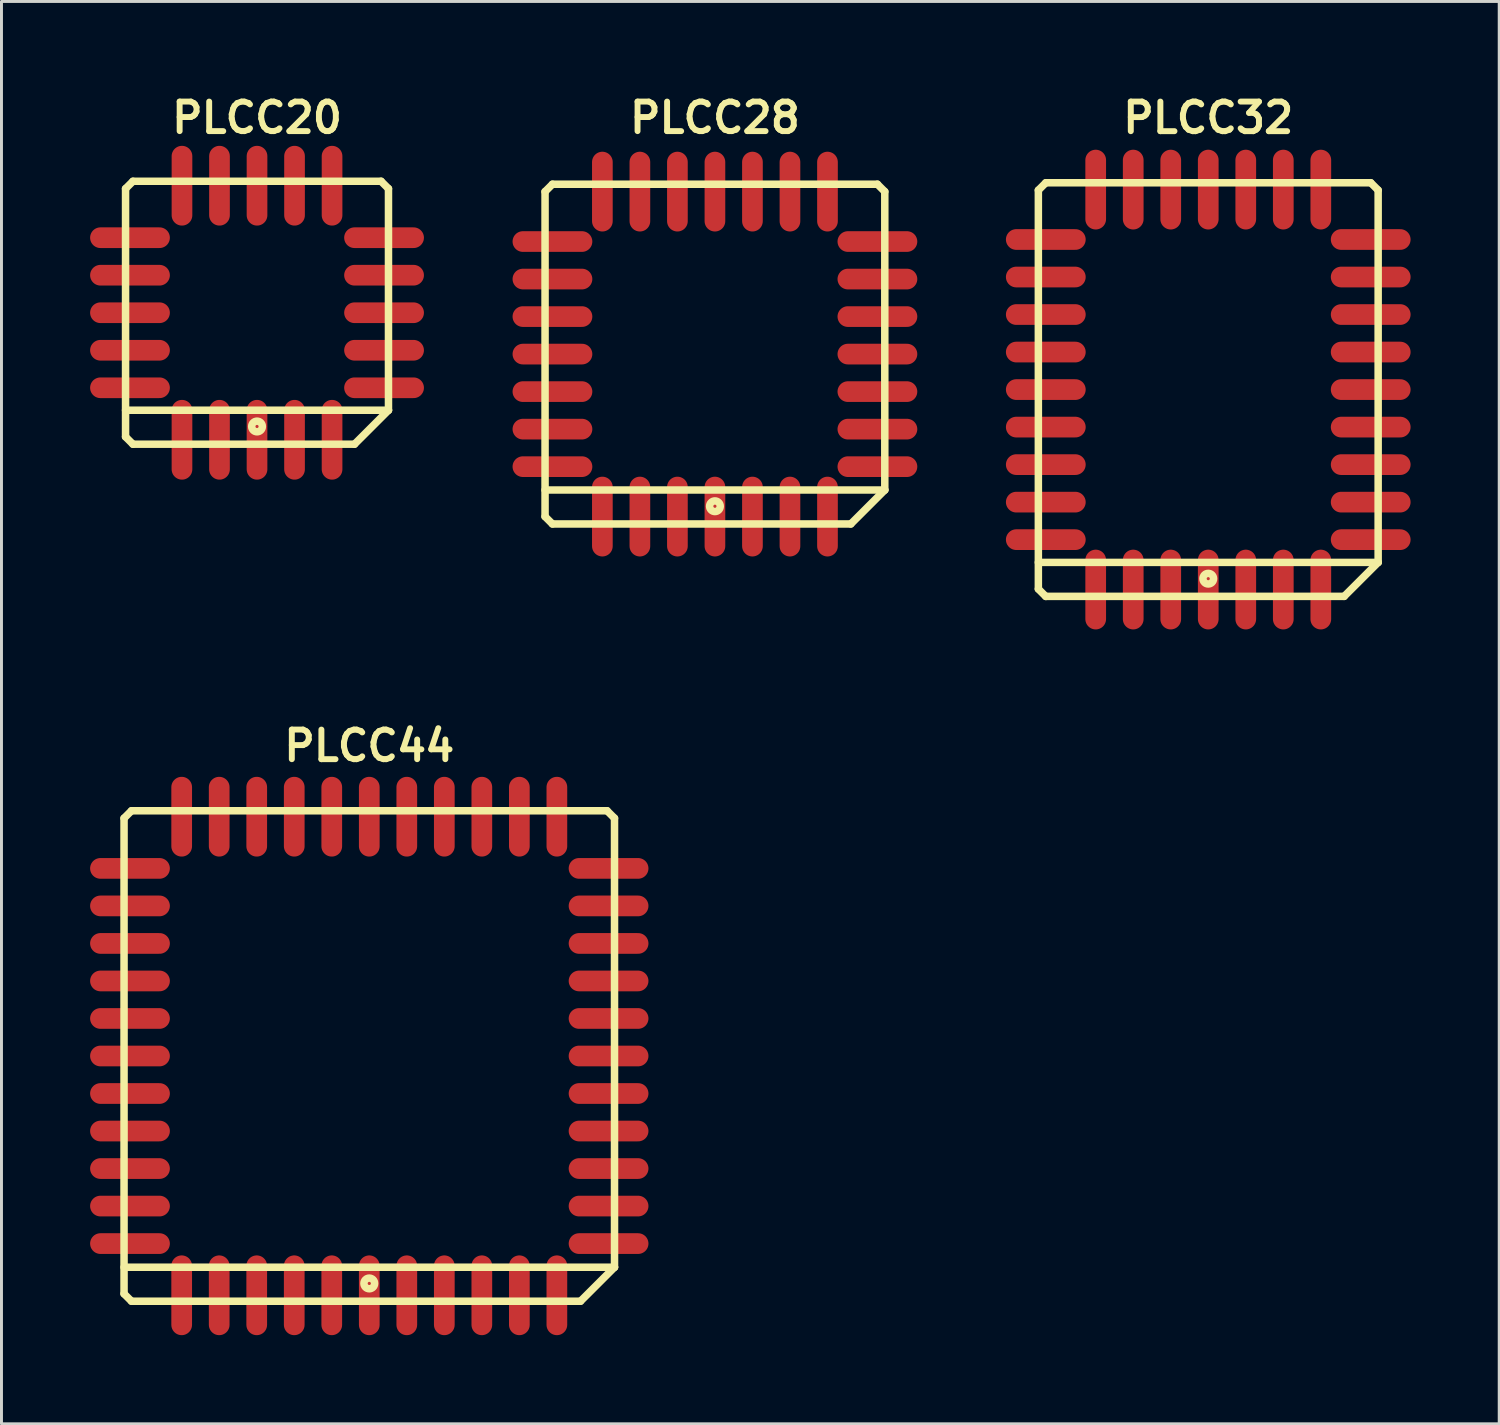
<source format=kicad_pcb>
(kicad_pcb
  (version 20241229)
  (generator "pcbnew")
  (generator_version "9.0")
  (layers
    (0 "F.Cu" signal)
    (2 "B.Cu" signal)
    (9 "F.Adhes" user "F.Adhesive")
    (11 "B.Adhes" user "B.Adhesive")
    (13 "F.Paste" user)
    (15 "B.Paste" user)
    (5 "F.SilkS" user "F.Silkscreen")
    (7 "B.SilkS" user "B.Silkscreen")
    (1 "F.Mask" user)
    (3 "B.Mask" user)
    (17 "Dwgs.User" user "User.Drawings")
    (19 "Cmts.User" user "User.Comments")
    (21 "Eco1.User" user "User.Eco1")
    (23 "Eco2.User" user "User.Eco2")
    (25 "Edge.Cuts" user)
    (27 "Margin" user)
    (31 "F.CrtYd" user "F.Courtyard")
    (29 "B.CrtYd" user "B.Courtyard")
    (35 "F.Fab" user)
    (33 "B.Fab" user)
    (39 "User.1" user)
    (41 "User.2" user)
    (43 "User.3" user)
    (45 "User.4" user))
  (footprint "PLCC28"
    (layer "F.Cu")
    (at 21.15 8.936)
    (property "Reference" "PLCC28" (at 0 -8 0) (layer "F.SilkS") (effects (font (size 1 1) (thickness 0.2))))
    (attr smd)
    (fp_line (start -5.75 -5.5) (end -5.5 -5.75) (stroke (width 0.254) (type solid)) (layer "F.SilkS"))
    (fp_line (start -5.75 5.5) (end -5.75 -5.5) (stroke (width 0.254) (type solid)) (layer "F.SilkS"))
    (fp_line (start -5.5 -5.75) (end 5.5 -5.75) (stroke (width 0.254) (type solid)) (layer "F.SilkS"))
    (fp_line (start -5.5 5.75) (end -5.75 5.5) (stroke (width 0.254) (type solid)) (layer "F.SilkS"))
    (fp_line (start 4.6 5.75) (end -5.5 5.75) (stroke (width 0.254) (type solid)) (layer "F.SilkS"))
    (fp_line (start 5.5 -5.75) (end 5.75 -5.5) (stroke (width 0.254) (type solid)) (layer "F.SilkS"))
    (fp_line (start 5.75 -5.5) (end 5.75 4.6) (stroke (width 0.254) (type solid)) (layer "F.SilkS"))
    (fp_line (start 5.75 4.6) (end -5.75 4.6) (stroke (width 0.254) (type solid)) (layer "F.SilkS"))
    (fp_line (start 5.75 4.6) (end 4.6 5.75) (stroke (width 0.254) (type solid)) (layer "F.SilkS"))
    (fp_circle (center 0 5.15) (end -0.15 5.25) (stroke (width 0.254) (type solid)) (fill no) (layer "F.SilkS"))
    (pad "1" smd oval (at 0 5.5) (size 0.7 2.7) (layers "F.Cu" "F.Mask" "F.Paste"))
    (pad "2" smd oval (at 1.27 5.5) (size 0.7 2.7) (layers "F.Cu" "F.Mask" "F.Paste"))
    (pad "3" smd oval (at 2.54 5.5) (size 0.7 2.7) (layers "F.Cu" "F.Mask" "F.Paste"))
    (pad "4" smd oval (at 3.81 5.5) (size 0.7 2.7) (layers "F.Cu" "F.Mask" "F.Paste"))
    (pad "5" smd oval (at 5.5 3.81) (size 2.7 0.7) (layers "F.Cu" "F.Mask" "F.Paste"))
    (pad "6" smd oval (at 5.5 2.54) (size 2.7 0.7) (layers "F.Cu" "F.Mask" "F.Paste"))
    (pad "7" smd oval (at 5.5 1.27) (size 2.7 0.7) (layers "F.Cu" "F.Mask" "F.Paste"))
    (pad "8" smd oval (at 5.5 0) (size 2.7 0.7) (layers "F.Cu" "F.Mask" "F.Paste"))
    (pad "9" smd oval (at 5.5 -1.27) (size 2.7 0.7) (layers "F.Cu" "F.Mask" "F.Paste"))
    (pad "10" smd oval (at 5.5 -2.54) (size 2.7 0.7) (layers "F.Cu" "F.Mask" "F.Paste"))
    (pad "11" smd oval (at 5.5 -3.81) (size 2.7 0.7) (layers "F.Cu" "F.Mask" "F.Paste"))
    (pad "12" smd oval (at 3.81 -5.5) (size 0.7 2.7) (layers "F.Cu" "F.Mask" "F.Paste"))
    (pad "13" smd oval (at 2.54 -5.5) (size 0.7 2.7) (layers "F.Cu" "F.Mask" "F.Paste"))
    (pad "14" smd oval (at 1.27 -5.5) (size 0.7 2.7) (layers "F.Cu" "F.Mask" "F.Paste"))
    (pad "15" smd oval (at 0 -5.5) (size 0.7 2.7) (layers "F.Cu" "F.Mask" "F.Paste"))
    (pad "16" smd oval (at -1.27 -5.5) (size 0.7 2.7) (layers "F.Cu" "F.Mask" "F.Paste"))
    (pad "17" smd oval (at -2.54 -5.5) (size 0.7 2.7) (layers "F.Cu" "F.Mask" "F.Paste"))
    (pad "18" smd oval (at -3.81 -5.5) (size 0.7 2.7) (layers "F.Cu" "F.Mask" "F.Paste"))
    (pad "19" smd oval (at -5.5 -3.81) (size 2.7 0.7) (layers "F.Cu" "F.Mask" "F.Paste"))
    (pad "20" smd oval (at -5.5 -2.54) (size 2.7 0.7) (layers "F.Cu" "F.Mask" "F.Paste"))
    (pad "21" smd oval (at -5.5 -1.27) (size 2.7 0.7) (layers "F.Cu" "F.Mask" "F.Paste"))
    (pad "22" smd oval (at -5.5 0) (size 2.7 0.7) (layers "F.Cu" "F.Mask" "F.Paste"))
    (pad "23" smd oval (at -5.5 1.27) (size 2.7 0.7) (layers "F.Cu" "F.Mask" "F.Paste"))
    (pad "24" smd oval (at -5.5 2.54) (size 2.7 0.7) (layers "F.Cu" "F.Mask" "F.Paste"))
    (pad "25" smd oval (at -5.5 3.81) (size 2.7 0.7) (layers "F.Cu" "F.Mask" "F.Paste"))
    (pad "26" smd oval (at -3.81 5.5) (size 0.7 2.7) (layers "F.Cu" "F.Mask" "F.Paste"))
    (pad "27" smd oval (at -2.54 5.5) (size 0.7 2.7) (layers "F.Cu" "F.Mask" "F.Paste"))
    (pad "28" smd oval (at -1.27 5.5) (size 0.7 2.7) (layers "F.Cu" "F.Mask" "F.Paste")))
  (footprint "PLCC32"
    (layer "F.Cu")
    (at 37.849 10.137)
    (property "Reference" "PLCC32" (at 0 -9.2 0) (layer "F.SilkS") (effects (font (size 1.001 1.001) (thickness 0.201))))
    (attr smd)
    (fp_line (start -5.751 -6.749) (end -5.751 6.749) (stroke (width 0.254) (type solid)) (layer "F.SilkS"))
    (fp_line (start -5.751 -6.749) (end -5.499 -7) (stroke (width 0.254) (type solid)) (layer "F.SilkS"))
    (fp_line (start -5.499 -7) (end 5.499 -7) (stroke (width 0.254) (type solid)) (layer "F.SilkS"))
    (fp_line (start -5.499 7.003) (end -5.751 6.751) (stroke (width 0.254) (type solid)) (layer "F.SilkS"))
    (fp_line (start 4.6 7) (end -5.499 7) (stroke (width 0.254) (type solid)) (layer "F.SilkS"))
    (fp_line (start 5.499 -7.003) (end 5.751 -6.751) (stroke (width 0.254) (type solid)) (layer "F.SilkS"))
    (fp_line (start 5.751 5.85) (end -5.751 5.85) (stroke (width 0.254) (type solid)) (layer "F.SilkS"))
    (fp_line (start 5.751 5.85) (end 4.6 7) (stroke (width 0.254) (type solid)) (layer "F.SilkS"))
    (fp_line (start 5.751 5.85) (end 5.751 -6.749) (stroke (width 0.254) (type solid)) (layer "F.SilkS"))
    (fp_circle (center 0 6.401) (end -0.15 6.5) (stroke (width 0.254) (type solid)) (fill no) (layer "F.SilkS"))
    (pad "1" smd oval (at 0 6.769) (size 0.701 2.7) (layers "F.Cu" "F.Mask" "F.Paste"))
    (pad "2" smd oval (at 1.27 6.769) (size 0.701 2.7) (layers "F.Cu" "F.Mask" "F.Paste"))
    (pad "3" smd oval (at 2.54 6.769) (size 0.701 2.7) (layers "F.Cu" "F.Mask" "F.Paste"))
    (pad "4" smd oval (at 3.81 6.769) (size 0.701 2.7) (layers "F.Cu" "F.Mask" "F.Paste"))
    (pad "5" smd oval (at 5.499 5.08) (size 2.7 0.701) (layers "F.Cu" "F.Mask" "F.Paste"))
    (pad "6" smd oval (at 5.499 3.81) (size 2.7 0.701) (layers "F.Cu" "F.Mask" "F.Paste"))
    (pad "7" smd oval (at 5.499 2.54) (size 2.7 0.701) (layers "F.Cu" "F.Mask" "F.Paste"))
    (pad "8" smd oval (at 5.499 1.27) (size 2.7 0.701) (layers "F.Cu" "F.Mask" "F.Paste"))
    (pad "9" smd oval (at 5.499 0) (size 2.7 0.701) (layers "F.Cu" "F.Mask" "F.Paste"))
    (pad "10" smd oval (at 5.499 -1.27) (size 2.7 0.701) (layers "F.Cu" "F.Mask" "F.Paste"))
    (pad "11" smd oval (at 5.499 -2.54) (size 2.7 0.701) (layers "F.Cu" "F.Mask" "F.Paste"))
    (pad "12" smd oval (at 5.499 -3.81) (size 2.7 0.701) (layers "F.Cu" "F.Mask" "F.Paste"))
    (pad "13" smd oval (at 5.499 -5.08) (size 2.7 0.701) (layers "F.Cu" "F.Mask" "F.Paste"))
    (pad "14" smd oval (at 3.81 -6.769) (size 0.701 2.7) (layers "F.Cu" "F.Mask" "F.Paste"))
    (pad "15" smd oval (at 2.54 -6.769) (size 0.701 2.7) (layers "F.Cu" "F.Mask" "F.Paste"))
    (pad "16" smd oval (at 1.27 -6.769) (size 0.701 2.7) (layers "F.Cu" "F.Mask" "F.Paste"))
    (pad "17" smd oval (at 0 -6.769) (size 0.701 2.7) (layers "F.Cu" "F.Mask" "F.Paste"))
    (pad "18" smd oval (at -1.27 -6.769) (size 0.701 2.7) (layers "F.Cu" "F.Mask" "F.Paste"))
    (pad "19" smd oval (at -2.54 -6.769) (size 0.701 2.7) (layers "F.Cu" "F.Mask" "F.Paste"))
    (pad "20" smd oval (at -3.81 -6.769) (size 0.701 2.7) (layers "F.Cu" "F.Mask" "F.Paste"))
    (pad "21" smd oval (at -5.499 -5.08) (size 2.7 0.701) (layers "F.Cu" "F.Mask" "F.Paste"))
    (pad "22" smd oval (at -5.499 -3.81) (size 2.7 0.701) (layers "F.Cu" "F.Mask" "F.Paste"))
    (pad "23" smd oval (at -5.499 -2.54) (size 2.7 0.701) (layers "F.Cu" "F.Mask" "F.Paste"))
    (pad "24" smd oval (at -5.499 -1.27) (size 2.7 0.701) (layers "F.Cu" "F.Mask" "F.Paste"))
    (pad "25" smd oval (at -5.499 0) (size 2.7 0.701) (layers "F.Cu" "F.Mask" "F.Paste"))
    (pad "26" smd oval (at -5.499 1.27) (size 2.7 0.701) (layers "F.Cu" "F.Mask" "F.Paste"))
    (pad "27" smd oval (at -5.499 2.54) (size 2.7 0.701) (layers "F.Cu" "F.Mask" "F.Paste"))
    (pad "28" smd oval (at -5.499 3.81) (size 2.7 0.701) (layers "F.Cu" "F.Mask" "F.Paste"))
    (pad "29" smd oval (at -5.499 5.08) (size 2.7 0.701) (layers "F.Cu" "F.Mask" "F.Paste"))
    (pad "30" smd oval (at -3.81 6.769) (size 0.701 2.7) (layers "F.Cu" "F.Mask" "F.Paste"))
    (pad "31" smd oval (at -2.54 6.769) (size 0.701 2.7) (layers "F.Cu" "F.Mask" "F.Paste"))
    (pad "32" smd oval (at -1.27 6.769) (size 0.701 2.7) (layers "F.Cu" "F.Mask" "F.Paste")))
  (footprint "PLCC20"
    (layer "F.Cu")
    (at 5.65 7.536)
    (property "Reference" "PLCC20" (at 0 -6.6 0) (layer "F.SilkS") (effects (font (size 1 1) (thickness 0.2))))
    (attr smd)
    (fp_line (start -4.45 -4.2) (end -4.45 4.2) (stroke (width 0.254) (type solid)) (layer "F.SilkS"))
    (fp_line (start -4.45 4.2) (end -4.2 4.45) (stroke (width 0.254) (type solid)) (layer "F.SilkS"))
    (fp_line (start -4.2 -4.45) (end -4.45 -4.2) (stroke (width 0.254) (type solid)) (layer "F.SilkS"))
    (fp_line (start -4.2 4.45) (end 3.3 4.45) (stroke (width 0.254) (type solid)) (layer "F.SilkS"))
    (fp_line (start 3.3 4.45) (end 4.45 3.3) (stroke (width 0.254) (type solid)) (layer "F.SilkS"))
    (fp_line (start 4.2 -4.45) (end -4.2 -4.45) (stroke (width 0.254) (type solid)) (layer "F.SilkS"))
    (fp_line (start 4.45 -4.2) (end 4.2 -4.45) (stroke (width 0.254) (type solid)) (layer "F.SilkS"))
    (fp_line (start 4.45 3.3) (end -4.45 3.3) (stroke (width 0.254) (type solid)) (layer "F.SilkS"))
    (fp_line (start 4.45 3.3) (end 4.45 -4.2) (stroke (width 0.254) (type solid)) (layer "F.SilkS"))
    (fp_circle (center 0 3.85) (end -0.15 3.95) (stroke (width 0.254) (type solid)) (fill no) (layer "F.SilkS"))
    (pad "1" smd oval (at 0 4.3) (size 0.7 2.7) (layers "F.Cu" "F.Mask" "F.Paste"))
    (pad "2" smd oval (at 1.27 4.3) (size 0.7 2.7) (layers "F.Cu" "F.Mask" "F.Paste"))
    (pad "3" smd oval (at 2.54 4.3) (size 0.7 2.7) (layers "F.Cu" "F.Mask" "F.Paste"))
    (pad "4" smd oval (at 4.3 2.54) (size 2.7 0.7) (layers "F.Cu" "F.Mask" "F.Paste"))
    (pad "5" smd oval (at 4.3 1.27) (size 2.7 0.7) (layers "F.Cu" "F.Mask" "F.Paste"))
    (pad "6" smd oval (at 4.3 0) (size 2.7 0.7) (layers "F.Cu" "F.Mask" "F.Paste"))
    (pad "7" smd oval (at 4.3 -1.27) (size 2.7 0.7) (layers "F.Cu" "F.Mask" "F.Paste"))
    (pad "8" smd oval (at 4.3 -2.54) (size 2.7 0.7) (layers "F.Cu" "F.Mask" "F.Paste"))
    (pad "9" smd oval (at 2.54 -4.3) (size 0.7 2.7) (layers "F.Cu" "F.Mask" "F.Paste"))
    (pad "10" smd oval (at 1.27 -4.3) (size 0.7 2.7) (layers "F.Cu" "F.Mask" "F.Paste"))
    (pad "11" smd oval (at 0 -4.3) (size 0.7 2.7) (layers "F.Cu" "F.Mask" "F.Paste"))
    (pad "12" smd oval (at -1.27 -4.3) (size 0.7 2.7) (layers "F.Cu" "F.Mask" "F.Paste"))
    (pad "13" smd oval (at -2.54 -4.3) (size 0.7 2.7) (layers "F.Cu" "F.Mask" "F.Paste"))
    (pad "14" smd oval (at -4.3 -2.54) (size 2.7 0.7) (layers "F.Cu" "F.Mask" "F.Paste"))
    (pad "15" smd oval (at -4.3 -1.27) (size 2.7 0.7) (layers "F.Cu" "F.Mask" "F.Paste"))
    (pad "16" smd oval (at -4.3 0) (size 2.7 0.7) (layers "F.Cu" "F.Mask" "F.Paste"))
    (pad "17" smd oval (at -4.3 1.27) (size 2.7 0.7) (layers "F.Cu" "F.Mask" "F.Paste"))
    (pad "18" smd oval (at -4.3 2.54) (size 2.7 0.7) (layers "F.Cu" "F.Mask" "F.Paste"))
    (pad "19" smd oval (at -2.54 4.3) (size 0.7 2.7) (layers "F.Cu" "F.Mask" "F.Paste"))
    (pad "20" smd oval (at -1.27 4.3) (size 0.7 2.7) (layers "F.Cu" "F.Mask" "F.Paste")))
  (footprint "PLCC44"
    (layer "F.Cu")
    (at 9.45 32.695)
    (property "Reference" "PLCC44" (at 0 -10.5 0) (layer "F.SilkS") (effects (font (size 1.001 1.001) (thickness 0.201))))
    (attr smd)
    (fp_line (start -8.301 -8.049) (end -8.301 8.049) (stroke (width 0.254) (type solid)) (layer "F.SilkS"))
    (fp_line (start -8.301 8.049) (end -8.049 8.301) (stroke (width 0.254) (type solid)) (layer "F.SilkS"))
    (fp_line (start -8.049 -8.301) (end -8.301 -8.049) (stroke (width 0.254) (type solid)) (layer "F.SilkS"))
    (fp_line (start -8.049 8.301) (end 7.15 8.301) (stroke (width 0.254) (type solid)) (layer "F.SilkS"))
    (fp_line (start 7.15 8.301) (end 8.301 7.15) (stroke (width 0.254) (type solid)) (layer "F.SilkS"))
    (fp_line (start 8.049 -8.301) (end -8.049 -8.301) (stroke (width 0.254) (type solid)) (layer "F.SilkS"))
    (fp_line (start 8.301 -8.049) (end 8.049 -8.301) (stroke (width 0.254) (type solid)) (layer "F.SilkS"))
    (fp_line (start 8.301 7.15) (end -8.301 7.15) (stroke (width 0.254) (type solid)) (layer "F.SilkS"))
    (fp_line (start 8.301 7.15) (end 8.301 -8.049) (stroke (width 0.254) (type solid)) (layer "F.SilkS"))
    (fp_circle (center 0 7.699) (end -0.15 7.8) (stroke (width 0.254) (type solid)) (fill no) (layer "F.SilkS"))
    (pad "1" smd oval (at 0 8.1) (size 0.701 2.7) (layers "F.Cu" "F.Mask" "F.Paste"))
    (pad "2" smd oval (at 1.27 8.1) (size 0.701 2.7) (layers "F.Cu" "F.Mask" "F.Paste"))
    (pad "3" smd oval (at 2.54 8.1) (size 0.701 2.7) (layers "F.Cu" "F.Mask" "F.Paste"))
    (pad "4" smd oval (at 3.81 8.1) (size 0.701 2.7) (layers "F.Cu" "F.Mask" "F.Paste"))
    (pad "5" smd oval (at 5.08 8.1) (size 0.701 2.7) (layers "F.Cu" "F.Mask" "F.Paste"))
    (pad "6" smd oval (at 6.35 8.1) (size 0.701 2.7) (layers "F.Cu" "F.Mask" "F.Paste"))
    (pad "7" smd oval (at 8.1 6.35) (size 2.7 0.701) (layers "F.Cu" "F.Mask" "F.Paste"))
    (pad "8" smd oval (at 8.1 5.08) (size 2.7 0.701) (layers "F.Cu" "F.Mask" "F.Paste"))
    (pad "9" smd oval (at 8.1 3.81) (size 2.7 0.701) (layers "F.Cu" "F.Mask" "F.Paste"))
    (pad "10" smd oval (at 8.1 2.54) (size 2.7 0.701) (layers "F.Cu" "F.Mask" "F.Paste"))
    (pad "11" smd oval (at 8.1 1.27) (size 2.7 0.701) (layers "F.Cu" "F.Mask" "F.Paste"))
    (pad "12" smd oval (at 8.1 0) (size 2.7 0.701) (layers "F.Cu" "F.Mask" "F.Paste"))
    (pad "13" smd oval (at 8.1 -1.27) (size 2.7 0.701) (layers "F.Cu" "F.Mask" "F.Paste"))
    (pad "14" smd oval (at 8.1 -2.54) (size 2.7 0.701) (layers "F.Cu" "F.Mask" "F.Paste"))
    (pad "15" smd oval (at 8.1 -3.81) (size 2.7 0.701) (layers "F.Cu" "F.Mask" "F.Paste"))
    (pad "16" smd oval (at 8.1 -5.08) (size 2.7 0.701) (layers "F.Cu" "F.Mask" "F.Paste"))
    (pad "17" smd oval (at 8.1 -6.35) (size 2.7 0.701) (layers "F.Cu" "F.Mask" "F.Paste"))
    (pad "18" smd oval (at 6.35 -8.1) (size 0.701 2.7) (layers "F.Cu" "F.Mask" "F.Paste"))
    (pad "19" smd oval (at 5.08 -8.1) (size 0.701 2.7) (layers "F.Cu" "F.Mask" "F.Paste"))
    (pad "20" smd oval (at 3.81 -8.1) (size 0.701 2.7) (layers "F.Cu" "F.Mask" "F.Paste"))
    (pad "21" smd oval (at 2.54 -8.1) (size 0.701 2.7) (layers "F.Cu" "F.Mask" "F.Paste"))
    (pad "22" smd oval (at 1.27 -8.1) (size 0.701 2.7) (layers "F.Cu" "F.Mask" "F.Paste"))
    (pad "23" smd oval (at 0 -8.1) (size 0.701 2.7) (layers "F.Cu" "F.Mask" "F.Paste"))
    (pad "24" smd oval (at -1.27 -8.1) (size 0.701 2.7) (layers "F.Cu" "F.Mask" "F.Paste"))
    (pad "25" smd oval (at -2.54 -8.1) (size 0.701 2.7) (layers "F.Cu" "F.Mask" "F.Paste"))
    (pad "26" smd oval (at -3.81 -8.1) (size 0.701 2.7) (layers "F.Cu" "F.Mask" "F.Paste"))
    (pad "27" smd oval (at -5.08 -8.1) (size 0.701 2.7) (layers "F.Cu" "F.Mask" "F.Paste"))
    (pad "28" smd oval (at -6.35 -8.1) (size 0.701 2.7) (layers "F.Cu" "F.Mask" "F.Paste"))
    (pad "29" smd oval (at -8.1 -6.35) (size 2.7 0.701) (layers "F.Cu" "F.Mask" "F.Paste"))
    (pad "30" smd oval (at -8.1 -5.08) (size 2.7 0.701) (layers "F.Cu" "F.Mask" "F.Paste"))
    (pad "31" smd oval (at -8.1 -3.81) (size 2.7 0.701) (layers "F.Cu" "F.Mask" "F.Paste"))
    (pad "32" smd oval (at -8.1 -2.54) (size 2.7 0.701) (layers "F.Cu" "F.Mask" "F.Paste"))
    (pad "33" smd oval (at -8.1 -1.27) (size 2.7 0.701) (layers "F.Cu" "F.Mask" "F.Paste"))
    (pad "34" smd oval (at -8.1 0) (size 2.7 0.701) (layers "F.Cu" "F.Mask" "F.Paste"))
    (pad "35" smd oval (at -8.1 1.27) (size 2.7 0.701) (layers "F.Cu" "F.Mask" "F.Paste"))
    (pad "36" smd oval (at -8.1 2.54) (size 2.7 0.701) (layers "F.Cu" "F.Mask" "F.Paste"))
    (pad "37" smd oval (at -8.1 3.81) (size 2.7 0.701) (layers "F.Cu" "F.Mask" "F.Paste"))
    (pad "38" smd oval (at -8.1 5.08) (size 2.7 0.701) (layers "F.Cu" "F.Mask" "F.Paste"))
    (pad "39" smd oval (at -8.1 6.35) (size 2.7 0.701) (layers "F.Cu" "F.Mask" "F.Paste"))
    (pad "40" smd oval (at -6.35 8.1) (size 0.701 2.7) (layers "F.Cu" "F.Mask" "F.Paste"))
    (pad "41" smd oval (at -5.08 8.1) (size 0.701 2.7) (layers "F.Cu" "F.Mask" "F.Paste"))
    (pad "42" smd oval (at -3.81 8.1) (size 0.701 2.7) (layers "F.Cu" "F.Mask" "F.Paste"))
    (pad "43" smd oval (at -2.54 8.1) (size 0.701 2.7) (layers "F.Cu" "F.Mask" "F.Paste"))
    (pad "44" smd oval (at -1.27 8.1) (size 0.701 2.7) (layers "F.Cu" "F.Mask" "F.Paste")))
  (gr_rect
    (start -3 -3)
    (end 47.698 45.145)
    (stroke (width 0.1) (type default))
    (fill no)
    (layer "Edge.Cuts")))
</source>
